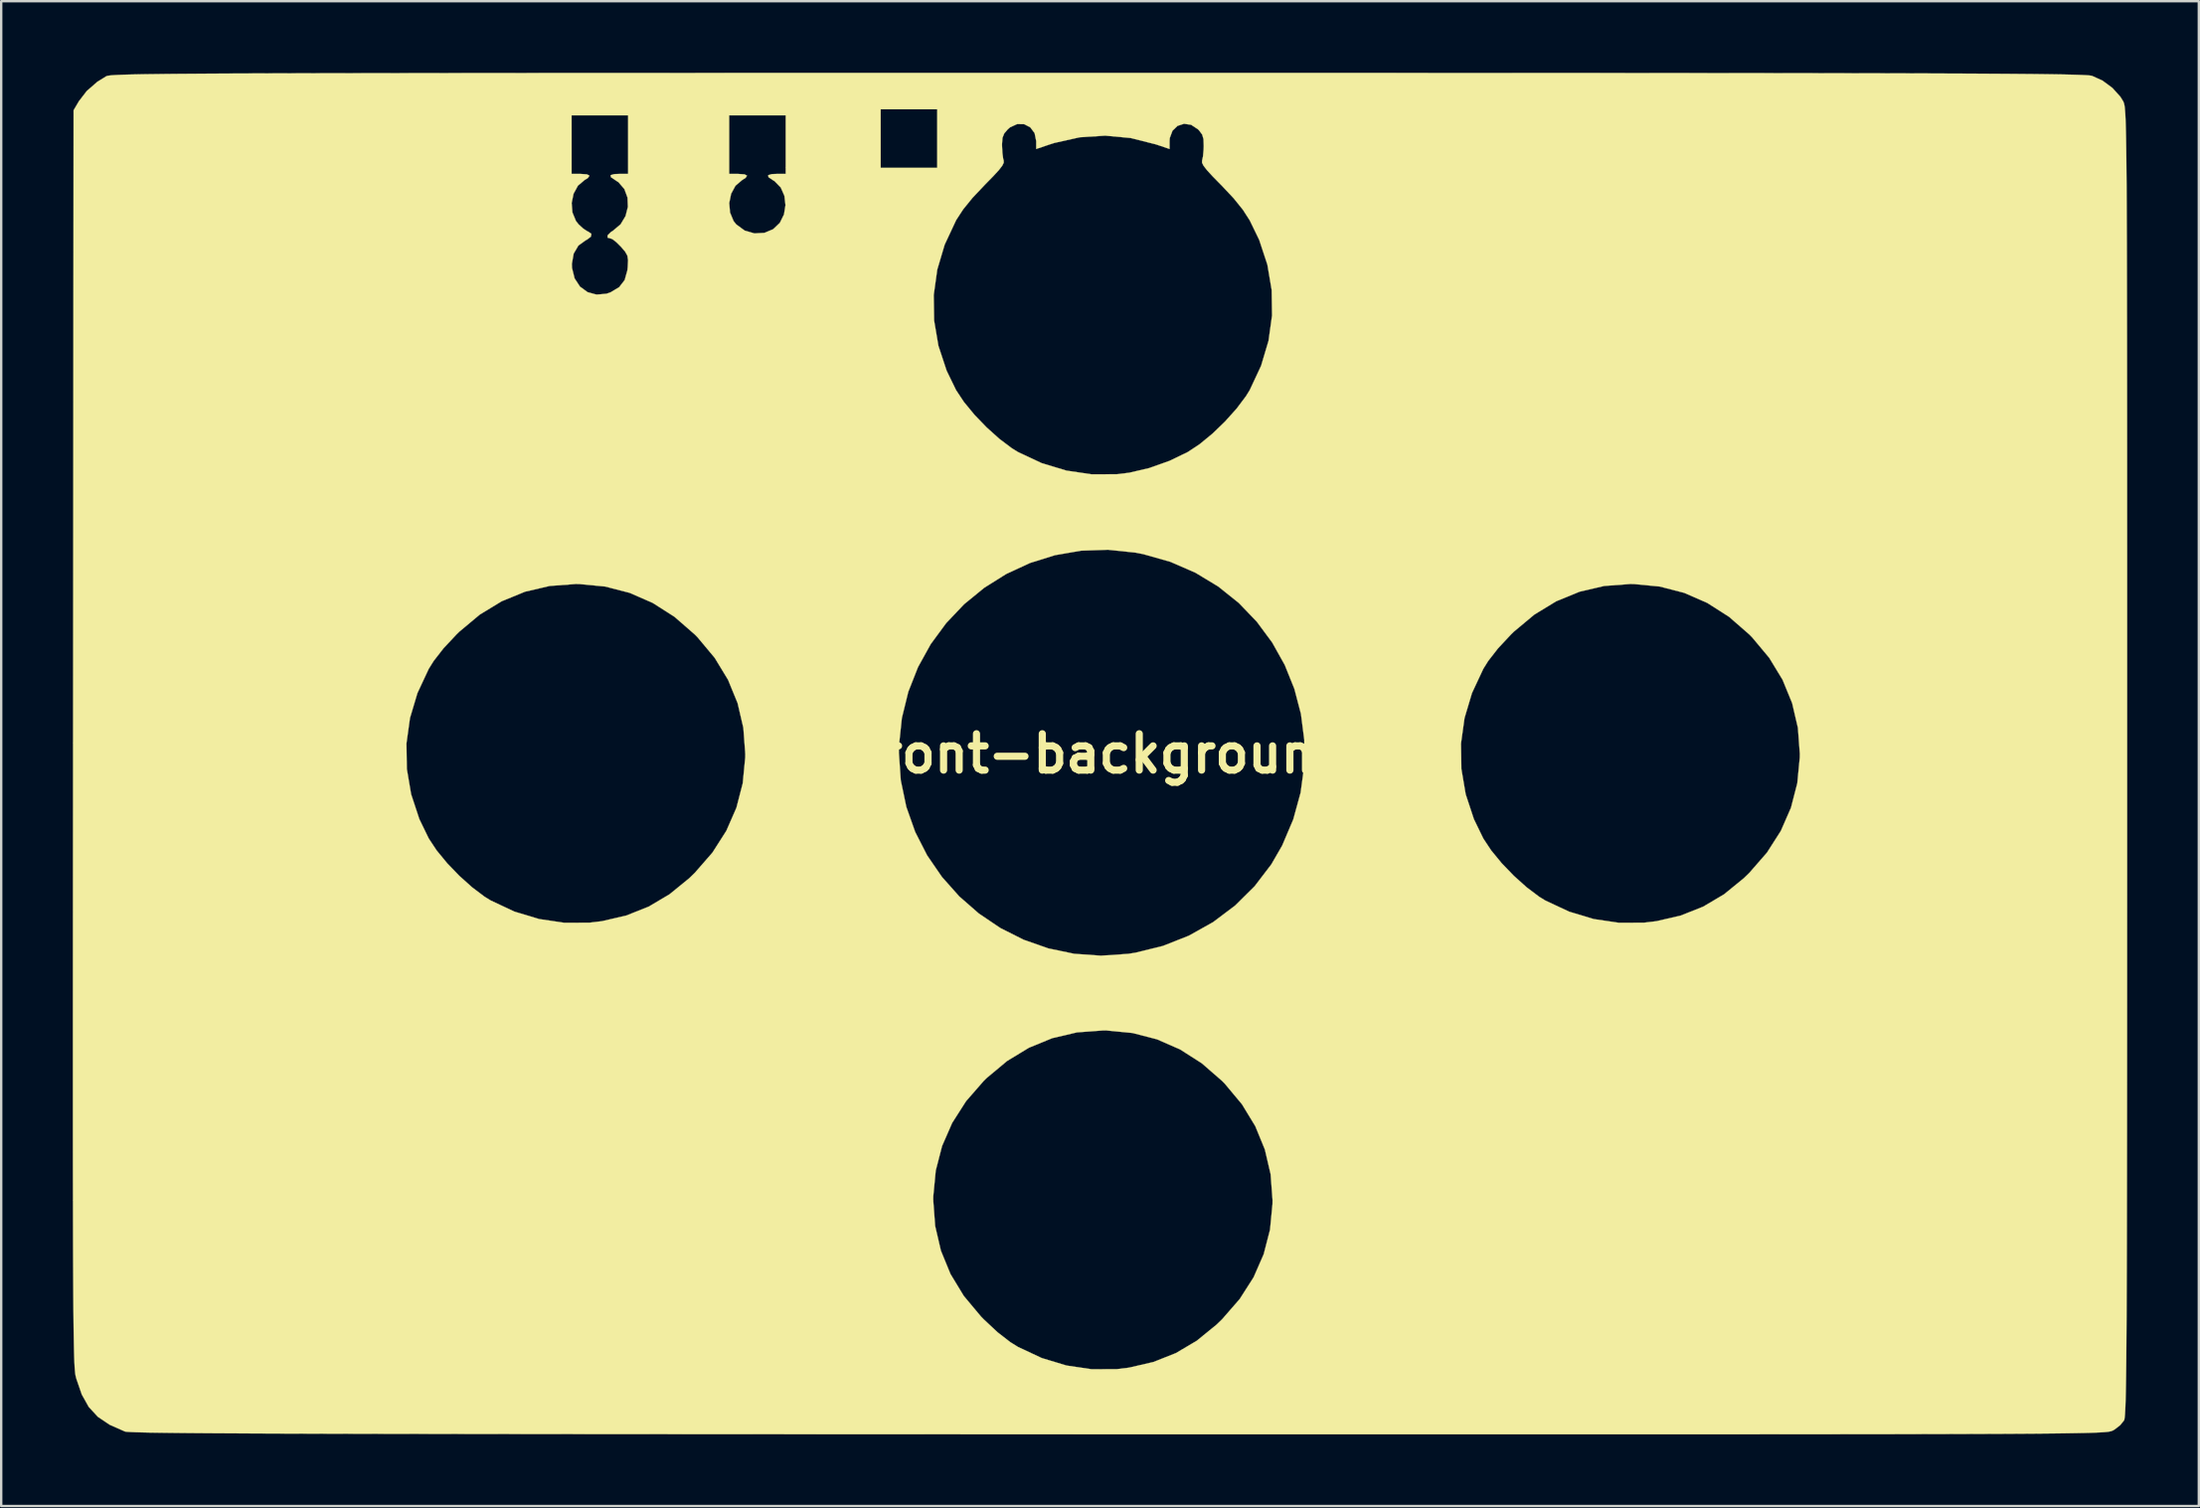
<source format=kicad_pcb>
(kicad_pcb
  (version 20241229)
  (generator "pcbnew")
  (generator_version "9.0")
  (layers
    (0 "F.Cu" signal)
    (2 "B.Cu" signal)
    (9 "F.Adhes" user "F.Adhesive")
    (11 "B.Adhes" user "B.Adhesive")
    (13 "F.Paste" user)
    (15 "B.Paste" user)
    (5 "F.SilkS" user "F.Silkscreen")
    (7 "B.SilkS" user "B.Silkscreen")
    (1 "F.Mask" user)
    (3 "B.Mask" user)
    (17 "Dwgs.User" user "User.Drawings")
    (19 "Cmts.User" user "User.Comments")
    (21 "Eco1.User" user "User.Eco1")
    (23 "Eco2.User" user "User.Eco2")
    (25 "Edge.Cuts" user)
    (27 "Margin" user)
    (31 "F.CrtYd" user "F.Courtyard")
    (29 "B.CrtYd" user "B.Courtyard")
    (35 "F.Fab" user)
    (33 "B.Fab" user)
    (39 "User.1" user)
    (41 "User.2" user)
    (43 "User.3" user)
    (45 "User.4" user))
  (footprint "front-background"
    (layer "F.Cu")
    (at 43.172 28.538)
    (property "Reference" "front-background" (at 0 0 0) (layer "F.SilkS") (effects (font (size 1.524 1.524) (thickness 0.3))))
    (attr through_hole)
    (fp_poly (pts (xy 2.958 -28.533) (xy 5.982 -28.532) (xy 8.845 -28.532) (xy 11.552 -28.532) (xy 14.107 -28.531) (xy 16.514 -28.531) (xy 18.778 -28.53) (xy 20.903 -28.529) (xy 22.893 -28.528) (xy 24.752 -28.526) (xy 26.486 -28.525) (xy 28.097 -28.523) (xy 29.591 -28.521) (xy 30.972 -28.518) (xy 32.244 -28.516) (xy 33.412 -28.513) (xy 34.479 -28.51) (xy 35.45 -28.506) (xy 36.33 -28.503) (xy 37.122 -28.498) (xy 37.832 -28.494) (xy 38.463 -28.489) (xy 39.019 -28.484) (xy 39.506 -28.478) (xy 39.927 -28.472) (xy 40.286 -28.466) (xy 40.589 -28.459) (xy 40.839 -28.452) (xy 41.04 -28.444) (xy 41.198 -28.436) (xy 41.316 -28.428) (xy 41.398 -28.419) (xy 41.449 -28.409) (xy 41.454 -28.408) (xy 41.894 -28.209) (xy 42.31 -27.901) (xy 42.644 -27.531) (xy 42.76 -27.342) (xy 42.775 -27.309) (xy 42.79 -27.271) (xy 42.803 -27.222) (xy 42.816 -27.157) (xy 42.828 -27.069) (xy 42.838 -26.954) (xy 42.849 -26.806) (xy 42.858 -26.619) (xy 42.866 -26.388) (xy 42.874 -26.107) (xy 42.881 -25.772) (xy 42.887 -25.375) (xy 42.893 -24.913) (xy 42.898 -24.379) (xy 42.903 -23.768) (xy 42.907 -23.074) (xy 42.91 -22.292) (xy 42.914 -21.417) (xy 42.916 -20.443) (xy 42.918 -19.363) (xy 42.92 -18.174) (xy 42.922 -16.869) (xy 42.923 -15.443) (xy 42.924 -13.89) (xy 42.925 -12.205) (xy 42.925 -10.383) (xy 42.926 -8.417) (xy 42.926 -6.303) (xy 42.926 -4.034) (xy 42.926 -1.606) (xy 42.926 0.339) (xy 42.926 2.914) (xy 42.926 5.325) (xy 42.925 7.577) (xy 42.925 9.676) (xy 42.924 11.627) (xy 42.923 13.435) (xy 42.922 15.106) (xy 42.92 16.645) (xy 42.918 18.058) (xy 42.916 19.349) (xy 42.914 20.524) (xy 42.911 21.589) (xy 42.907 22.549) (xy 42.903 23.408) (xy 42.899 24.174) (xy 42.894 24.85) (xy 42.889 25.442) (xy 42.883 25.956) (xy 42.877 26.396) (xy 42.87 26.769) (xy 42.862 27.08) (xy 42.854 27.333) (xy 42.845 27.535) (xy 42.836 27.69) (xy 42.825 27.804) (xy 42.814 27.882) (xy 42.803 27.931) (xy 42.797 27.943) (xy 42.638 28.141) (xy 42.403 28.324) (xy 42.335 28.363) (xy 42.309 28.375) (xy 42.279 28.388) (xy 42.241 28.399) (xy 42.191 28.41) (xy 42.124 28.421) (xy 42.035 28.431) (xy 41.921 28.44) (xy 41.777 28.448) (xy 41.597 28.456) (xy 41.379 28.464) (xy 41.117 28.471) (xy 40.807 28.477) (xy 40.445 28.483) (xy 40.025 28.489) (xy 39.544 28.494) (xy 38.997 28.499) (xy 38.38 28.503) (xy 37.688 28.507) (xy 36.916 28.51) (xy 36.061 28.513) (xy 35.118 28.516) (xy 34.082 28.518) (xy 32.949 28.521) (xy 31.714 28.522) (xy 30.373 28.524) (xy 28.921 28.525) (xy 27.355 28.526) (xy 25.669 28.527) (xy 23.859 28.528) (xy 21.921 28.528) (xy 19.85 28.528) (xy 17.642 28.528) (xy 15.292 28.528) (xy 12.796 28.528) (xy 10.149 28.528) (xy 7.347 28.528) (xy 4.386 28.527) (xy 1.26 28.527) (xy 0.66 28.527) (xy -2.577 28.526) (xy -5.648 28.526) (xy -8.557 28.525) (xy -11.31 28.524) (xy -13.909 28.523) (xy -16.359 28.522) (xy -18.665 28.52) (xy -20.829 28.519) (xy -22.856 28.517) (xy -24.75 28.515) (xy -26.516 28.513) (xy -28.156 28.51) (xy -29.676 28.508) (xy -31.079 28.505) (xy -32.369 28.502) (xy -33.551 28.498) (xy -34.628 28.495) (xy -35.605 28.491) (xy -36.485 28.486) (xy -37.272 28.482) (xy -37.972 28.477) (xy -38.586 28.472) (xy -39.121 28.466) (xy -39.579 28.46) (xy -39.965 28.454) (xy -40.283 28.447) (xy -40.537 28.44) (xy -40.73 28.432) (xy -40.868 28.424) (xy -40.953 28.416) (xy -40.987 28.409) (xy -41.623 28.128) (xy -42.12 27.794) (xy -42.502 27.38) (xy -42.794 26.858) (xy -43.02 26.202) (xy -43.046 26.105) (xy -43.059 26.045) (xy -43.071 25.963) (xy -43.082 25.853) (xy -43.093 25.711) (xy -43.102 25.531) (xy -43.111 25.307) (xy -43.119 25.033) (xy -43.126 24.705) (xy -43.133 24.316) (xy -43.139 23.86) (xy -43.144 23.333) (xy -43.149 22.729) (xy -43.153 22.041) (xy -43.157 21.266) (xy -43.16 20.396) (xy -43.162 19.426) (xy -43.163 18.711) (xy -7.111 18.711) (xy -7.03 19.797) (xy -6.789 20.831) (xy -6.388 21.809) (xy -5.829 22.729) (xy -5.113 23.586) (xy -4.995 23.707) (xy -4.413 24.251) (xy -3.886 24.66) (xy -3.556 24.866) (xy -2.563 25.331) (xy -1.528 25.644) (xy -0.472 25.8) (xy 0.584 25.796) (xy 1.101 25.733) (xy 2.125 25.495) (xy 3.063 25.122) (xy 3.936 24.605) (xy 4.762 23.932) (xy 4.995 23.707) (xy 5.734 22.858) (xy 6.316 21.948) (xy 6.74 20.978) (xy 7.005 19.952) (xy 7.109 18.874) (xy 7.111 18.711) (xy 7.03 17.625) (xy 6.789 16.592) (xy 6.388 15.613) (xy 5.829 14.694) (xy 5.113 13.836) (xy 4.995 13.716) (xy 4.147 12.978) (xy 3.236 12.396) (xy 2.267 11.972) (xy 1.241 11.707) (xy 0.162 11.602) (xy 0 11.601) (xy -1.086 11.681) (xy -2.12 11.923) (xy -3.098 12.324) (xy -4.017 12.882) (xy -4.875 13.598) (xy -4.995 13.716) (xy -5.734 14.564) (xy -6.316 15.475) (xy -6.74 16.445) (xy -7.005 17.47) (xy -7.109 18.549) (xy -7.111 18.711) (xy -43.163 18.711) (xy -43.164 18.352) (xy -43.166 17.166) (xy -43.167 15.865) (xy -43.167 14.441) (xy -43.167 12.89) (xy -43.167 11.206) (xy -43.166 9.383) (xy -43.165 7.415) (xy -43.164 5.299) (xy -43.162 3.026) (xy -43.16 0.593) (xy -43.16 -0.43) (xy -29.188 -0.43) (xy -29.172 0.639) (xy -28.992 1.7) (xy -28.648 2.742) (xy -28.253 3.556) (xy -27.922 4.056) (xy -27.482 4.591) (xy -26.972 5.12) (xy -26.435 5.602) (xy -25.912 5.996) (xy -25.654 6.155) (xy -24.661 6.62) (xy -23.626 6.932) (xy -22.57 7.088) (xy -21.514 7.084) (xy -20.997 7.022) (xy -19.973 6.784) (xy -19.035 6.411) (xy -18.162 5.894) (xy -17.336 5.221) (xy -17.103 4.995) (xy -16.364 4.147) (xy -15.782 3.236) (xy -15.358 2.267) (xy -15.093 1.241) (xy -14.989 0.162) (xy -14.987 0) (xy -14.99 -0.042) (xy -8.551 -0.042) (xy -8.471 1.118) (xy -8.239 2.23) (xy -7.867 3.281) (xy -7.365 4.264) (xy -6.745 5.167) (xy -6.02 5.982) (xy -5.2 6.699) (xy -4.297 7.308) (xy -3.322 7.799) (xy -2.287 8.162) (xy -1.203 8.388) (xy -0.083 8.467) (xy 1.064 8.39) (xy 1.365 8.342) (xy 2.516 8.059) (xy 3.606 7.628) (xy 4.62 7.06) (xy 5.542 6.366) (xy 6.36 5.556) (xy 7.058 4.642) (xy 7.514 3.852) (xy 7.98 2.754) (xy 8.286 1.64) (xy 8.437 0.524) (xy 8.44 -0.43) (xy 15.008 -0.43) (xy 15.024 0.639) (xy 15.204 1.7) (xy 15.548 2.742) (xy 15.943 3.556) (xy 16.274 4.056) (xy 16.714 4.591) (xy 17.224 5.12) (xy 17.761 5.602) (xy 18.284 5.996) (xy 18.542 6.155) (xy 19.535 6.62) (xy 20.57 6.932) (xy 21.626 7.088) (xy 22.682 7.084) (xy 23.199 7.022) (xy 24.223 6.784) (xy 25.161 6.411) (xy 26.034 5.894) (xy 26.86 5.221) (xy 27.093 4.995) (xy 27.832 4.147) (xy 28.414 3.236) (xy 28.838 2.267) (xy 29.103 1.241) (xy 29.207 0.162) (xy 29.209 0) (xy 29.128 -1.086) (xy 28.887 -2.12) (xy 28.486 -3.098) (xy 27.927 -4.017) (xy 27.211 -4.875) (xy 27.093 -4.995) (xy 26.245 -5.734) (xy 25.334 -6.316) (xy 24.365 -6.74) (xy 23.339 -7.005) (xy 22.26 -7.109) (xy 22.098 -7.111) (xy 21.012 -7.03) (xy 19.978 -6.789) (xy 19 -6.388) (xy 18.081 -5.829) (xy 17.223 -5.113) (xy 17.103 -4.995) (xy 16.559 -4.413) (xy 16.149 -3.886) (xy 15.943 -3.556) (xy 15.468 -2.54) (xy 15.156 -1.494) (xy 15.008 -0.43) (xy 8.44 -0.43) (xy 8.44 -0.583) (xy 8.301 -1.667) (xy 8.026 -2.716) (xy 7.622 -3.719) (xy 7.095 -4.661) (xy 6.451 -5.531) (xy 5.696 -6.317) (xy 4.836 -7.005) (xy 3.879 -7.584) (xy 2.829 -8.041) (xy 1.693 -8.363) (xy 1.365 -8.427) (xy 0.214 -8.547) (xy -0.915 -8.508) (xy -2.009 -8.319) (xy -3.058 -7.991) (xy -4.05 -7.532) (xy -4.973 -6.953) (xy -5.816 -6.264) (xy -6.567 -5.473) (xy -7.215 -4.592) (xy -7.748 -3.629) (xy -8.156 -2.594) (xy -8.425 -1.497) (xy -8.546 -0.348) (xy -8.551 -0.042) (xy -14.99 -0.042) (xy -15.068 -1.086) (xy -15.309 -2.12) (xy -15.71 -3.098) (xy -16.269 -4.017) (xy -16.985 -4.875) (xy -17.103 -4.995) (xy -17.951 -5.734) (xy -18.862 -6.316) (xy -19.831 -6.74) (xy -20.857 -7.005) (xy -21.936 -7.109) (xy -22.098 -7.111) (xy -23.184 -7.03) (xy -24.218 -6.789) (xy -25.196 -6.388) (xy -26.115 -5.829) (xy -26.973 -5.113) (xy -27.093 -4.995) (xy -27.637 -4.413) (xy -28.047 -3.886) (xy -28.253 -3.556) (xy -28.728 -2.54) (xy -29.04 -1.494) (xy -29.188 -0.43) (xy -43.16 -0.43) (xy -43.159 -0.692) (xy -43.144 -19.224) (xy -7.09 -19.224) (xy -7.074 -18.155) (xy -6.893 -17.093) (xy -6.549 -16.052) (xy -6.155 -15.24) (xy -5.824 -14.74) (xy -5.384 -14.205) (xy -4.874 -13.676) (xy -4.337 -13.194) (xy -3.814 -12.8) (xy -3.556 -12.641) (xy -2.563 -12.176) (xy -1.528 -11.864) (xy -0.472 -11.708) (xy 0.584 -11.712) (xy 1.101 -11.774) (xy 1.938 -11.969) (xy 2.793 -12.273) (xy 3.556 -12.641) (xy 4.056 -12.972) (xy 4.591 -13.412) (xy 5.12 -13.922) (xy 5.602 -14.459) (xy 5.996 -14.982) (xy 6.155 -15.24) (xy 6.63 -16.256) (xy 6.942 -17.302) (xy 7.09 -18.366) (xy 7.074 -19.435) (xy 6.894 -20.497) (xy 6.55 -21.539) (xy 6.155 -22.352) (xy 5.869 -22.796) (xy 5.482 -23.276) (xy 4.973 -23.818) (xy 4.948 -23.842) (xy 4.6 -24.197) (xy 4.362 -24.457) (xy 4.219 -24.641) (xy 4.156 -24.768) (xy 4.158 -24.857) (xy 4.158 -24.858) (xy 4.196 -25.033) (xy 4.221 -25.302) (xy 4.227 -25.47) (xy 4.217 -25.758) (xy 4.16 -25.951) (xy 4.031 -26.122) (xy 3.986 -26.169) (xy 3.699 -26.358) (xy 3.401 -26.401) (xy 3.127 -26.312) (xy 2.916 -26.108) (xy 2.803 -25.803) (xy 2.794 -25.673) (xy 2.794 -25.345) (xy 2.223 -25.537) (xy 1.166 -25.804) (xy 0.098 -25.903) (xy -0.972 -25.834) (xy -2.031 -25.598) (xy -2.223 -25.537) (xy -2.794 -25.345) (xy -2.794 -25.673) (xy -2.862 -26.01) (xy -3.043 -26.252) (xy -3.299 -26.384) (xy -3.592 -26.389) (xy -3.887 -26.254) (xy -3.986 -26.169) (xy -4.136 -25.993) (xy -4.208 -25.812) (xy -4.228 -25.554) (xy -4.227 -25.47) (xy -4.212 -25.181) (xy -4.181 -24.943) (xy -4.158 -24.858) (xy -4.156 -24.769) (xy -4.218 -24.643) (xy -4.359 -24.46) (xy -4.596 -24.202) (xy -4.942 -23.849) (xy -4.948 -23.842) (xy -5.463 -23.297) (xy -5.855 -22.815) (xy -6.145 -22.37) (xy -6.155 -22.352) (xy -6.631 -21.335) (xy -6.942 -20.288) (xy -7.09 -19.224) (xy -43.144 -19.224) (xy -43.138 -26.755) (xy -22.267 -26.755) (xy -22.267 -24.299) (xy -21.886 -24.299) (xy -21.62 -24.28) (xy -21.518 -24.224) (xy -21.582 -24.13) (xy -21.72 -24.044) (xy -22.002 -23.804) (xy -22.185 -23.468) (xy -22.264 -23.079) (xy -22.232 -22.684) (xy -22.084 -22.326) (xy -21.97 -22.182) (xy -21.779 -22.008) (xy -21.606 -21.894) (xy -21.575 -21.882) (xy -21.438 -21.79) (xy -21.456 -21.67) (xy -21.622 -21.544) (xy -21.671 -21.52) (xy -21.981 -21.296) (xy -22.18 -20.958) (xy -22.255 -20.53) (xy -22.249 -20.357) (xy -22.141 -19.92) (xy -21.915 -19.576) (xy -21.597 -19.343) (xy -21.216 -19.238) (xy -20.799 -19.278) (xy -20.635 -19.335) (xy -20.272 -19.553) (xy -20.042 -19.851) (xy -19.928 -20.258) (xy -19.914 -20.395) (xy -19.9 -20.683) (xy -19.929 -20.874) (xy -20.022 -21.04) (xy -20.193 -21.241) (xy -20.387 -21.434) (xy -20.55 -21.561) (xy -20.621 -21.59) (xy -20.759 -21.628) (xy -20.756 -21.726) (xy -20.62 -21.861) (xy -20.532 -21.917) (xy -20.213 -22.187) (xy -20.005 -22.533) (xy -19.907 -22.919) (xy -19.923 -23.308) (xy -20.054 -23.664) (xy -20.301 -23.95) (xy -20.444 -24.044) (xy -20.62 -24.164) (xy -20.631 -24.246) (xy -20.477 -24.291) (xy -20.278 -24.299) (xy -19.897 -24.299) (xy -19.897 -26.755) (xy -15.663 -26.755) (xy -15.663 -24.299) (xy -15.282 -24.299) (xy -15.016 -24.28) (xy -14.914 -24.224) (xy -14.978 -24.13) (xy -15.116 -24.044) (xy -15.398 -23.804) (xy -15.581 -23.467) (xy -15.66 -23.079) (xy -15.627 -22.683) (xy -15.478 -22.324) (xy -15.363 -22.179) (xy -15.012 -21.924) (xy -14.603 -21.805) (xy -14.181 -21.829) (xy -13.818 -21.982) (xy -13.537 -22.251) (xy -13.365 -22.601) (xy -13.302 -22.991) (xy -13.347 -23.38) (xy -13.5 -23.728) (xy -13.76 -23.995) (xy -13.84 -24.044) (xy -14.016 -24.164) (xy -14.027 -24.246) (xy -13.873 -24.291) (xy -13.674 -24.299) (xy -13.293 -24.299) (xy -13.293 -26.755) (xy -15.663 -26.755) (xy -19.897 -26.755) (xy -22.267 -26.755) (xy -43.138 -26.755) (xy -43.138 -26.966) (xy -43.113 -27.009) (xy -9.313 -27.009) (xy -9.313 -24.553) (xy -6.943 -24.553) (xy -6.943 -27.009) (xy -9.313 -27.009) (xy -43.113 -27.009) (xy -42.914 -27.347) (xy -42.586 -27.773) (xy -42.146 -28.157) (xy -41.766 -28.393) (xy -41.737 -28.403) (xy -41.69 -28.414) (xy -41.621 -28.423) (xy -41.525 -28.432) (xy -41.398 -28.441) (xy -41.236 -28.449) (xy -41.033 -28.457) (xy -40.786 -28.464) (xy -40.49 -28.47) (xy -40.141 -28.477) (xy -39.734 -28.482) (xy -39.266 -28.488) (xy -38.73 -28.493) (xy -38.124 -28.497) (xy -37.442 -28.502) (xy -36.681 -28.506) (xy -35.836 -28.509) (xy -34.902 -28.512) (xy -33.875 -28.515) (xy -32.75 -28.518) (xy -31.524 -28.52) (xy -30.192 -28.522) (xy -28.749 -28.524) (xy -27.191 -28.526) (xy -25.513 -28.527) (xy -23.712 -28.529) (xy -21.782 -28.53) (xy -19.72 -28.53) (xy -17.521 -28.531) (xy -15.18 -28.532) (xy -12.693 -28.532) (xy -10.056 -28.532) (xy -7.264 -28.533) (xy -4.312 -28.533) (xy -1.198 -28.533) (xy -0.231 -28.533) (xy 2.958 -28.533)) (stroke (width 0.01) (type solid)) (fill yes) (layer "F.SilkS")))
  (gr_rect
    (start -3 -3)
    (end 89.103 60.071)
    (stroke (width 0.1) (type default))
    (fill no)
    (layer "Edge.Cuts")))
</source>
